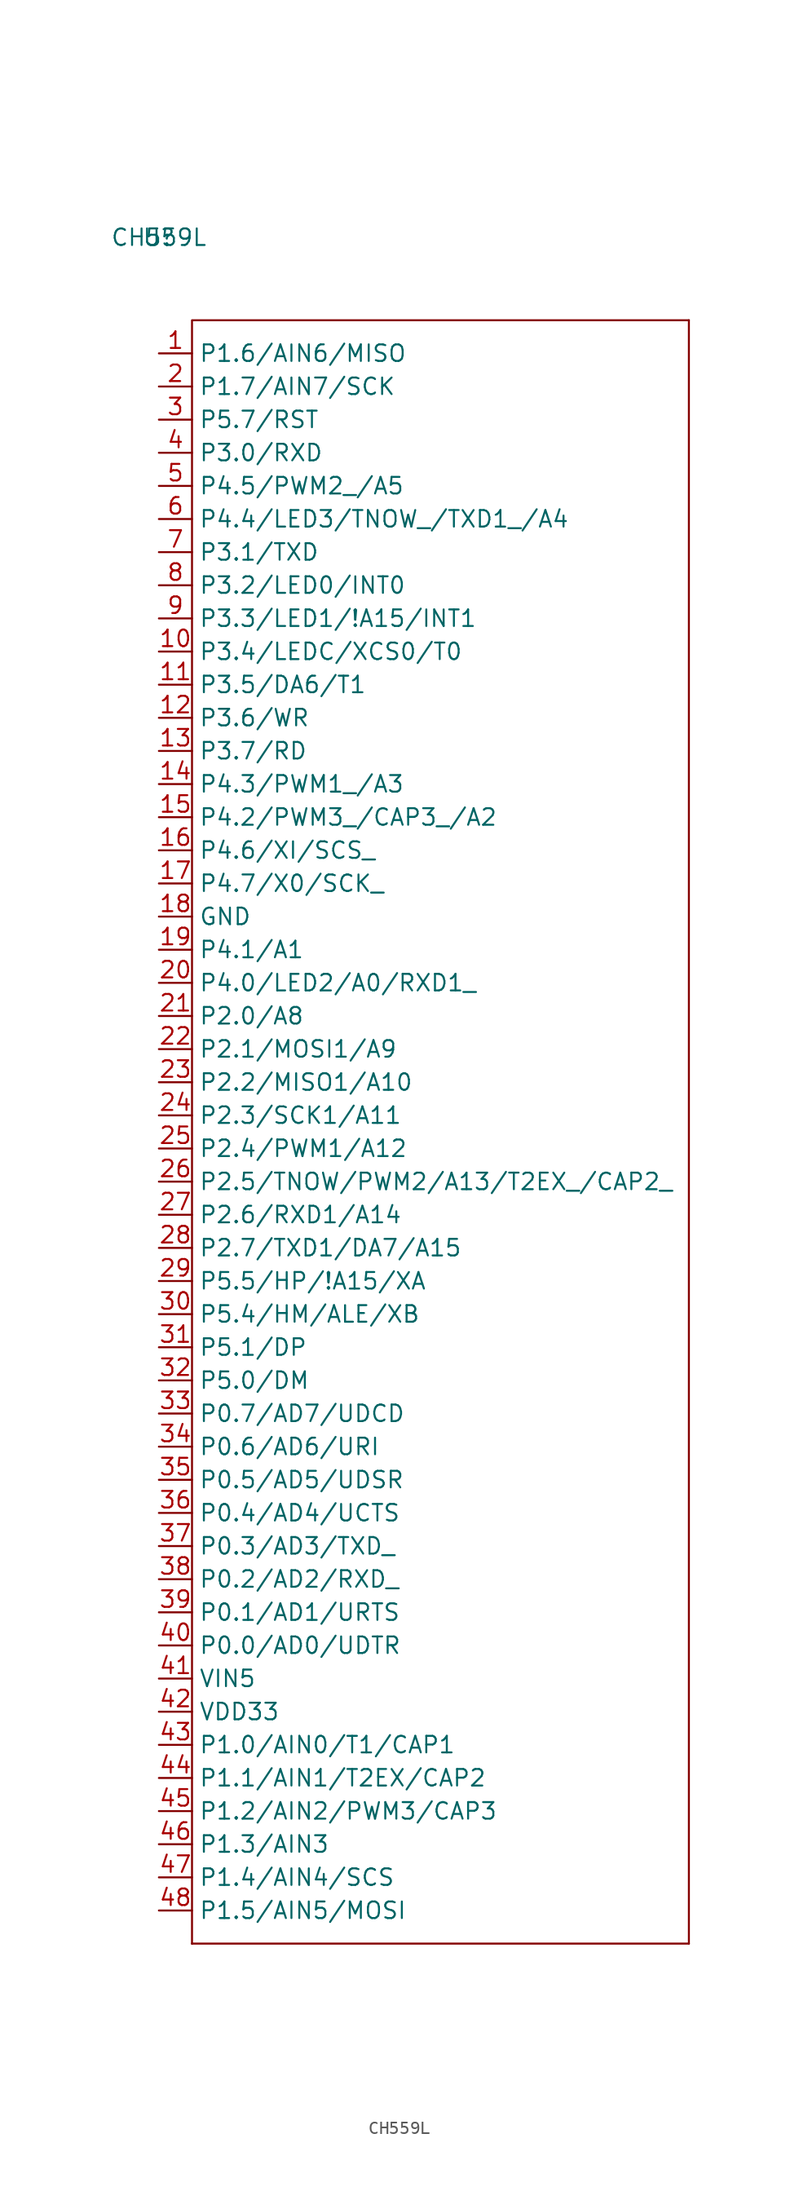
<source format=kicad_sym>
(kicad_symbol_lib
  (version 20231120)
  (generator "kicad_symbol_editor")
  (generator_version "8.0")
  (symbol "CH559L"
    (property "Reference" "U"
      (at 0 15.24 0)
      (effects (font (size 1.27 1.27))))
    (property "Value" "CH559L"
      (at 0 15.24 0)
      (effects (font (size 1.27 1.27))))
    (symbol "CH559L_0_1"
      (polyline (pts (xy 2.54 -115.57) (xy 2.54 -115.57)) (stroke (width 0) (type default)) (fill (type none)))
      (polyline (pts (xy 2.54 -115.57) (xy 40.64 -115.57)) (stroke (width 0) (type default)) (fill (type none)))
      (polyline (pts (xy 40.64 8.89) (xy 40.64 -115.57)) (stroke (width 0) (type default)) (fill (type none)))
      (polyline (pts (xy 2.54 -115.57) (xy 2.54 8.89) (xy 40.64 8.89)) (stroke (width 0) (type default)) (fill (type none))))
    (symbol "CH559L_1_1"
      (pin passive line (at 0 6.35 0) (length 2.54) (name "P1.6/AIN6/MISO" (effects (font (size 1.27 1.27)))) (number "1" (effects (font (size 1.27 1.27)))))
      (pin passive line (at 0 -16.51 0) (length 2.54) (name "P3.4/LEDC/XCS0/T0" (effects (font (size 1.27 1.27)))) (number "10" (effects (font (size 1.27 1.27)))))
      (pin passive line (at 0 -19.05 0) (length 2.54) (name "P3.5/DA6/T1" (effects (font (size 1.27 1.27)))) (number "11" (effects (font (size 1.27 1.27)))))
      (pin passive line (at 0 -21.59 0) (length 2.54) (name "P3.6/WR" (effects (font (size 1.27 1.27)))) (number "12" (effects (font (size 1.27 1.27)))))
      (pin passive line (at 0 -24.13 0) (length 2.54) (name "P3.7/RD" (effects (font (size 1.27 1.27)))) (number "13" (effects (font (size 1.27 1.27)))))
      (pin passive line (at 0 -26.67 0) (length 2.54) (name "P4.3/PWM1_/A3" (effects (font (size 1.27 1.27)))) (number "14" (effects (font (size 1.27 1.27)))))
      (pin passive line (at 0 -29.21 0) (length 2.54) (name "P4.2/PWM3_/CAP3_/A2" (effects (font (size 1.27 1.27)))) (number "15" (effects (font (size 1.27 1.27)))))
      (pin passive line (at 0 -31.75 0) (length 2.54) (name "P4.6/XI/SCS_" (effects (font (size 1.27 1.27)))) (number "16" (effects (font (size 1.27 1.27)))))
      (pin passive line (at 0 -34.29 0) (length 2.54) (name "P4.7/X0/SCK_" (effects (font (size 1.27 1.27)))) (number "17" (effects (font (size 1.27 1.27)))))
      (pin passive line (at 0 -36.83 0) (length 2.54) (name "GND" (effects (font (size 1.27 1.27)))) (number "18" (effects (font (size 1.27 1.27)))))
      (pin passive line (at 0 -39.37 0) (length 2.54) (name "P4.1/A1" (effects (font (size 1.27 1.27)))) (number "19" (effects (font (size 1.27 1.27)))))
      (pin passive line (at 0 3.81 0) (length 2.54) (name "P1.7/AIN7/SCK" (effects (font (size 1.27 1.27)))) (number "2" (effects (font (size 1.27 1.27)))))
      (pin passive line (at 0 -41.91 0) (length 2.54) (name "P4.0/LED2/A0/RXD1_" (effects (font (size 1.27 1.27)))) (number "20" (effects (font (size 1.27 1.27)))))
      (pin passive line (at 0 -44.45 0) (length 2.54) (name "P2.0/A8" (effects (font (size 1.27 1.27)))) (number "21" (effects (font (size 1.27 1.27)))))
      (pin passive line (at 0 -46.99 0) (length 2.54) (name "P2.1/MOSI1/A9" (effects (font (size 1.27 1.27)))) (number "22" (effects (font (size 1.27 1.27)))))
      (pin passive line (at 0 -49.53 0) (length 2.54) (name "P2.2/MISO1/A10" (effects (font (size 1.27 1.27)))) (number "23" (effects (font (size 1.27 1.27)))))
      (pin passive line (at 0 -52.07 0) (length 2.54) (name "P2.3/SCK1/A11" (effects (font (size 1.27 1.27)))) (number "24" (effects (font (size 1.27 1.27)))))
      (pin passive line (at 0 -54.61 0) (length 2.54) (name "P2.4/PWM1/A12" (effects (font (size 1.27 1.27)))) (number "25" (effects (font (size 1.27 1.27)))))
      (pin passive line (at 0 -57.15 0) (length 2.54) (name "P2.5/TNOW/PWM2/A13/T2EX_/CAP2_" (effects (font (size 1.27 1.27)))) (number "26" (effects (font (size 1.27 1.27)))))
      (pin passive line (at 0 -59.69 0) (length 2.54) (name "P2.6/RXD1/A14" (effects (font (size 1.27 1.27)))) (number "27" (effects (font (size 1.27 1.27)))))
      (pin passive line (at 0 -62.23 0) (length 2.54) (name "P2.7/TXD1/DA7/A15" (effects (font (size 1.27 1.27)))) (number "28" (effects (font (size 1.27 1.27)))))
      (pin passive line (at 0 -64.77 0) (length 2.54) (name "P5.5/HP/!A15/XA" (effects (font (size 1.27 1.27)))) (number "29" (effects (font (size 1.27 1.27)))))
      (pin passive line (at 0 1.27 0) (length 2.54) (name "P5.7/RST" (effects (font (size 1.27 1.27)))) (number "3" (effects (font (size 1.27 1.27)))))
      (pin passive line (at 0 -67.31 0) (length 2.54) (name "P5.4/HM/ALE/XB" (effects (font (size 1.27 1.27)))) (number "30" (effects (font (size 1.27 1.27)))))
      (pin passive line (at 0 -69.85 0) (length 2.54) (name "P5.1/DP" (effects (font (size 1.27 1.27)))) (number "31" (effects (font (size 1.27 1.27)))))
      (pin passive line (at 0 -72.39 0) (length 2.54) (name "P5.0/DM" (effects (font (size 1.27 1.27)))) (number "32" (effects (font (size 1.27 1.27)))))
      (pin passive line (at 0 -74.93 0) (length 2.54) (name "P0.7/AD7/UDCD" (effects (font (size 1.27 1.27)))) (number "33" (effects (font (size 1.27 1.27)))))
      (pin passive line (at 0 -77.47 0) (length 2.54) (name "P0.6/AD6/URI" (effects (font (size 1.27 1.27)))) (number "34" (effects (font (size 1.27 1.27)))))
      (pin passive line (at 0 -80.01 0) (length 2.54) (name "P0.5/AD5/UDSR" (effects (font (size 1.27 1.27)))) (number "35" (effects (font (size 1.27 1.27)))))
      (pin passive line (at 0 -82.55 0) (length 2.54) (name "P0.4/AD4/UCTS" (effects (font (size 1.27 1.27)))) (number "36" (effects (font (size 1.27 1.27)))))
      (pin passive line (at 0 -85.09 0) (length 2.54) (name "P0.3/AD3/TXD_" (effects (font (size 1.27 1.27)))) (number "37" (effects (font (size 1.27 1.27)))))
      (pin passive line (at 0 -87.63 0) (length 2.54) (name "P0.2/AD2/RXD_" (effects (font (size 1.27 1.27)))) (number "38" (effects (font (size 1.27 1.27)))))
      (pin passive line (at 0 -90.17 0) (length 2.54) (name "P0.1/AD1/URTS" (effects (font (size 1.27 1.27)))) (number "39" (effects (font (size 1.27 1.27)))))
      (pin passive line (at 0 -1.27 0) (length 2.54) (name "P3.0/RXD" (effects (font (size 1.27 1.27)))) (number "4" (effects (font (size 1.27 1.27)))))
      (pin passive line (at 0 -92.71 0) (length 2.54) (name "P0.0/AD0/UDTR" (effects (font (size 1.27 1.27)))) (number "40" (effects (font (size 1.27 1.27)))))
      (pin passive line (at 0 -95.25 0) (length 2.54) (name "VIN5" (effects (font (size 1.27 1.27)))) (number "41" (effects (font (size 1.27 1.27)))))
      (pin passive line (at 0 -97.79 0) (length 2.54) (name "VDD33" (effects (font (size 1.27 1.27)))) (number "42" (effects (font (size 1.27 1.27)))))
      (pin passive line (at 0 -100.33 0) (length 2.54) (name "P1.0/AIN0/T1/CAP1" (effects (font (size 1.27 1.27)))) (number "43" (effects (font (size 1.27 1.27)))))
      (pin passive line (at 0 -102.87 0) (length 2.54) (name "P1.1/AIN1/T2EX/CAP2" (effects (font (size 1.27 1.27)))) (number "44" (effects (font (size 1.27 1.27)))))
      (pin passive line (at 0 -105.41 0) (length 2.54) (name "P1.2/AIN2/PWM3/CAP3" (effects (font (size 1.27 1.27)))) (number "45" (effects (font (size 1.27 1.27)))))
      (pin passive line (at 0 -107.95 0) (length 2.54) (name "P1.3/AIN3" (effects (font (size 1.27 1.27)))) (number "46" (effects (font (size 1.27 1.27)))))
      (pin passive line (at 0 -110.49 0) (length 2.54) (name "P1.4/AIN4/SCS" (effects (font (size 1.27 1.27)))) (number "47" (effects (font (size 1.27 1.27)))))
      (pin passive line (at 0 -113.03 0) (length 2.54) (name "P1.5/AIN5/MOSI" (effects (font (size 1.27 1.27)))) (number "48" (effects (font (size 1.27 1.27)))))
      (pin passive line (at 0 -3.81 0) (length 2.54) (name "P4.5/PWM2_/A5" (effects (font (size 1.27 1.27)))) (number "5" (effects (font (size 1.27 1.27)))))
      (pin passive line (at 0 -6.35 0) (length 2.54) (name "P4.4/LED3/TNOW_/TXD1_/A4" (effects (font (size 1.27 1.27)))) (number "6" (effects (font (size 1.27 1.27)))))
      (pin passive line (at 0 -8.89 0) (length 2.54) (name "P3.1/TXD" (effects (font (size 1.27 1.27)))) (number "7" (effects (font (size 1.27 1.27)))))
      (pin passive line (at 0 -11.43 0) (length 2.54) (name "P3.2/LED0/INT0" (effects (font (size 1.27 1.27)))) (number "8" (effects (font (size 1.27 1.27)))))
      (pin passive line (at 0 -13.97 0) (length 2.54) (name "P3.3/LED1/!A15/INT1" (effects (font (size 1.27 1.27)))) (number "9" (effects (font (size 1.27 1.27))))))))
</source>
